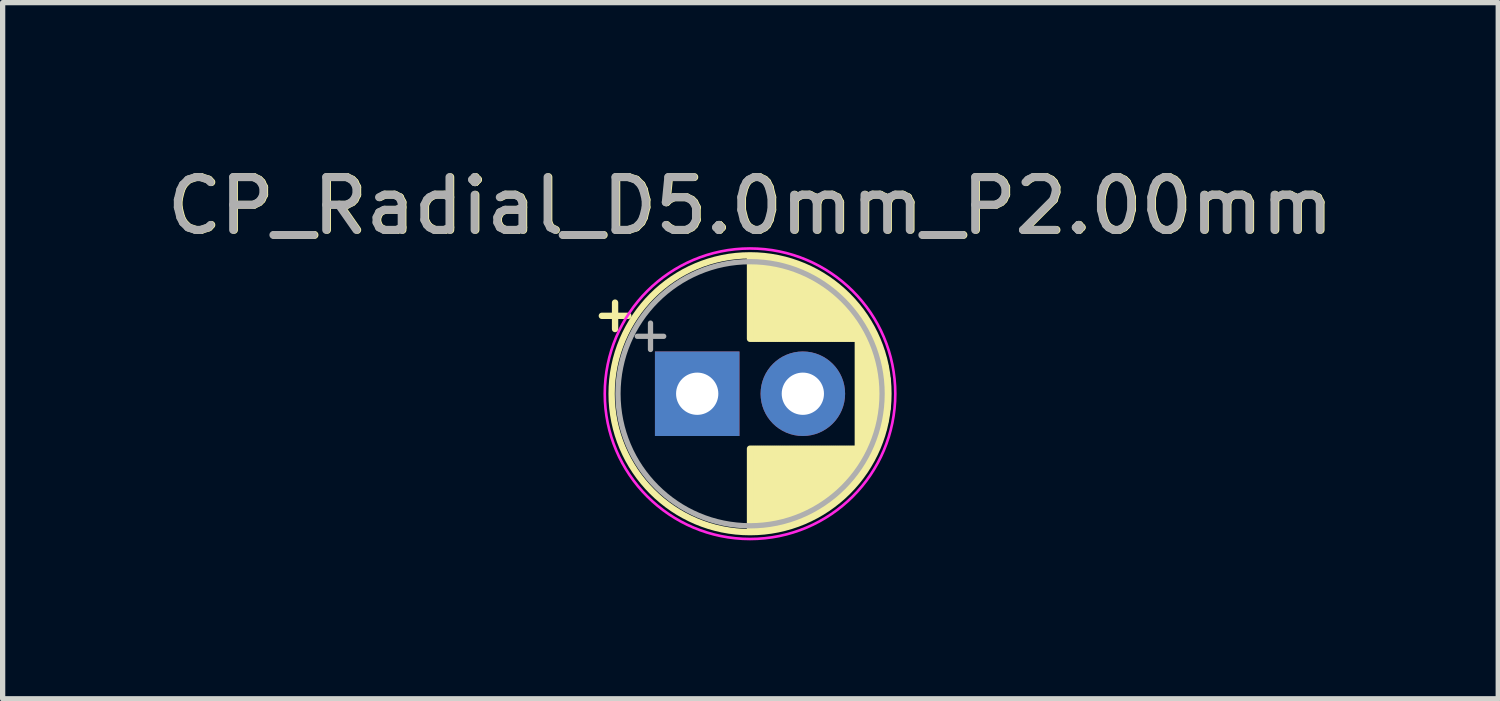
<source format=kicad_pcb>
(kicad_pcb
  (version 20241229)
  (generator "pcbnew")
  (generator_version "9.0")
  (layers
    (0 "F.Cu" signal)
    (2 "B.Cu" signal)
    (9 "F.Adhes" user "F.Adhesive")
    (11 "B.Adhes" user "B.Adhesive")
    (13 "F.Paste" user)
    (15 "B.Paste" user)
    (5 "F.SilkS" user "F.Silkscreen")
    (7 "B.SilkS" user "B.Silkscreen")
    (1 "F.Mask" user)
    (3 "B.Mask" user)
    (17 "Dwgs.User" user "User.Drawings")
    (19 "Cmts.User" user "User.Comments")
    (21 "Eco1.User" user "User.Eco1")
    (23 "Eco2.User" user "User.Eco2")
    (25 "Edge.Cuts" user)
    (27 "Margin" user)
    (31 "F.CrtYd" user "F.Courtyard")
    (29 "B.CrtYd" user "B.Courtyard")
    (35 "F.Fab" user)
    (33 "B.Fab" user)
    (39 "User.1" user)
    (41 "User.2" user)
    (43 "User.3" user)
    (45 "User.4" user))
  (footprint "CP_Radial_D5.0mm_P2.00mm"
    (layer "F.Cu")
    (at 10.149 4.404)
    (property "Reference" "CP_Radial_D5.0mm_P2.00mm" (at 1.016 -3.556 0) (layer "F.SilkS") (effects (font (size 1 1) (thickness 0.15))))
    (attr through_hole)
    (fp_line (start -1.805 -1.475) (end -1.305 -1.475) (stroke (width 0.12) (type solid)) (layer "F.SilkS"))
    (fp_line (start -1.555 -1.725) (end -1.555 -1.225) (stroke (width 0.12) (type solid)) (layer "F.SilkS"))
    (fp_line (start 1 -2.58) (end 1 -1.04) (stroke (width 0.12) (type solid)) (layer "F.SilkS"))
    (fp_line (start 1 1.04) (end 1 2.58) (stroke (width 0.12) (type solid)) (layer "F.SilkS"))
    (fp_line (start 1.04 -2.58) (end 1.04 -1.04) (stroke (width 0.12) (type solid)) (layer "F.SilkS"))
    (fp_line (start 1.04 1.04) (end 1.04 2.58) (stroke (width 0.12) (type solid)) (layer "F.SilkS"))
    (fp_line (start 1.08 -2.579) (end 1.08 -1.04) (stroke (width 0.12) (type solid)) (layer "F.SilkS"))
    (fp_line (start 1.08 1.04) (end 1.08 2.579) (stroke (width 0.12) (type solid)) (layer "F.SilkS"))
    (fp_line (start 1.12 -2.578) (end 1.12 -1.04) (stroke (width 0.12) (type solid)) (layer "F.SilkS"))
    (fp_line (start 1.12 1.04) (end 1.12 2.578) (stroke (width 0.12) (type solid)) (layer "F.SilkS"))
    (fp_line (start 1.16 -2.576) (end 1.16 -1.04) (stroke (width 0.12) (type solid)) (layer "F.SilkS"))
    (fp_line (start 1.16 1.04) (end 1.16 2.576) (stroke (width 0.12) (type solid)) (layer "F.SilkS"))
    (fp_line (start 1.2 -2.573) (end 1.2 -1.04) (stroke (width 0.12) (type solid)) (layer "F.SilkS"))
    (fp_line (start 1.2 1.04) (end 1.2 2.573) (stroke (width 0.12) (type solid)) (layer "F.SilkS"))
    (fp_line (start 1.24 -2.569) (end 1.24 -1.04) (stroke (width 0.12) (type solid)) (layer "F.SilkS"))
    (fp_line (start 1.24 1.04) (end 1.24 2.569) (stroke (width 0.12) (type solid)) (layer "F.SilkS"))
    (fp_line (start 1.28 -2.565) (end 1.28 -1.04) (stroke (width 0.12) (type solid)) (layer "F.SilkS"))
    (fp_line (start 1.28 1.04) (end 1.28 2.565) (stroke (width 0.12) (type solid)) (layer "F.SilkS"))
    (fp_line (start 1.32 -2.561) (end 1.32 -1.04) (stroke (width 0.12) (type solid)) (layer "F.SilkS"))
    (fp_line (start 1.32 1.04) (end 1.32 2.561) (stroke (width 0.12) (type solid)) (layer "F.SilkS"))
    (fp_line (start 1.36 -2.556) (end 1.36 -1.04) (stroke (width 0.12) (type solid)) (layer "F.SilkS"))
    (fp_line (start 1.36 1.04) (end 1.36 2.556) (stroke (width 0.12) (type solid)) (layer "F.SilkS"))
    (fp_line (start 1.4 -2.55) (end 1.4 -1.04) (stroke (width 0.12) (type solid)) (layer "F.SilkS"))
    (fp_line (start 1.4 1.04) (end 1.4 2.55) (stroke (width 0.12) (type solid)) (layer "F.SilkS"))
    (fp_line (start 1.44 -2.543) (end 1.44 -1.04) (stroke (width 0.12) (type solid)) (layer "F.SilkS"))
    (fp_line (start 1.44 1.04) (end 1.44 2.543) (stroke (width 0.12) (type solid)) (layer "F.SilkS"))
    (fp_line (start 1.48 -2.536) (end 1.48 -1.04) (stroke (width 0.12) (type solid)) (layer "F.SilkS"))
    (fp_line (start 1.48 1.04) (end 1.48 2.536) (stroke (width 0.12) (type solid)) (layer "F.SilkS"))
    (fp_line (start 1.52 -2.528) (end 1.52 -1.04) (stroke (width 0.12) (type solid)) (layer "F.SilkS"))
    (fp_line (start 1.52 1.04) (end 1.52 2.528) (stroke (width 0.12) (type solid)) (layer "F.SilkS"))
    (fp_line (start 1.56 -2.52) (end 1.56 -1.04) (stroke (width 0.12) (type solid)) (layer "F.SilkS"))
    (fp_line (start 1.56 1.04) (end 1.56 2.52) (stroke (width 0.12) (type solid)) (layer "F.SilkS"))
    (fp_line (start 1.6 -2.511) (end 1.6 -1.04) (stroke (width 0.12) (type solid)) (layer "F.SilkS"))
    (fp_line (start 1.6 1.04) (end 1.6 2.511) (stroke (width 0.12) (type solid)) (layer "F.SilkS"))
    (fp_line (start 1.64 -2.501) (end 1.64 -1.04) (stroke (width 0.12) (type solid)) (layer "F.SilkS"))
    (fp_line (start 1.64 1.04) (end 1.64 2.501) (stroke (width 0.12) (type solid)) (layer "F.SilkS"))
    (fp_line (start 1.68 -2.491) (end 1.68 -1.04) (stroke (width 0.12) (type solid)) (layer "F.SilkS"))
    (fp_line (start 1.68 1.04) (end 1.68 2.491) (stroke (width 0.12) (type solid)) (layer "F.SilkS"))
    (fp_line (start 1.721 -2.48) (end 1.721 -1.04) (stroke (width 0.12) (type solid)) (layer "F.SilkS"))
    (fp_line (start 1.721 1.04) (end 1.721 2.48) (stroke (width 0.12) (type solid)) (layer "F.SilkS"))
    (fp_line (start 1.761 -2.468) (end 1.761 -1.04) (stroke (width 0.12) (type solid)) (layer "F.SilkS"))
    (fp_line (start 1.761 1.04) (end 1.761 2.468) (stroke (width 0.12) (type solid)) (layer "F.SilkS"))
    (fp_line (start 1.801 -2.455) (end 1.801 -1.04) (stroke (width 0.12) (type solid)) (layer "F.SilkS"))
    (fp_line (start 1.801 1.04) (end 1.801 2.455) (stroke (width 0.12) (type solid)) (layer "F.SilkS"))
    (fp_line (start 1.841 -2.442) (end 1.841 -1.04) (stroke (width 0.12) (type solid)) (layer "F.SilkS"))
    (fp_line (start 1.841 1.04) (end 1.841 2.442) (stroke (width 0.12) (type solid)) (layer "F.SilkS"))
    (fp_line (start 1.881 -2.428) (end 1.881 -1.04) (stroke (width 0.12) (type solid)) (layer "F.SilkS"))
    (fp_line (start 1.881 1.04) (end 1.881 2.428) (stroke (width 0.12) (type solid)) (layer "F.SilkS"))
    (fp_line (start 1.921 -2.414) (end 1.921 -1.04) (stroke (width 0.12) (type solid)) (layer "F.SilkS"))
    (fp_line (start 1.921 1.04) (end 1.921 2.414) (stroke (width 0.12) (type solid)) (layer "F.SilkS"))
    (fp_line (start 1.961 -2.398) (end 1.961 -1.04) (stroke (width 0.12) (type solid)) (layer "F.SilkS"))
    (fp_line (start 1.961 1.04) (end 1.961 2.398) (stroke (width 0.12) (type solid)) (layer "F.SilkS"))
    (fp_line (start 2.001 -2.382) (end 2.001 -1.04) (stroke (width 0.12) (type solid)) (layer "F.SilkS"))
    (fp_line (start 2.001 1.04) (end 2.001 2.382) (stroke (width 0.12) (type solid)) (layer "F.SilkS"))
    (fp_line (start 2.041 -2.365) (end 2.041 -1.04) (stroke (width 0.12) (type solid)) (layer "F.SilkS"))
    (fp_line (start 2.041 1.04) (end 2.041 2.365) (stroke (width 0.12) (type solid)) (layer "F.SilkS"))
    (fp_line (start 2.081 -2.348) (end 2.081 -1.04) (stroke (width 0.12) (type solid)) (layer "F.SilkS"))
    (fp_line (start 2.081 1.04) (end 2.081 2.348) (stroke (width 0.12) (type solid)) (layer "F.SilkS"))
    (fp_line (start 2.121 -2.329) (end 2.121 -1.04) (stroke (width 0.12) (type solid)) (layer "F.SilkS"))
    (fp_line (start 2.121 1.04) (end 2.121 2.329) (stroke (width 0.12) (type solid)) (layer "F.SilkS"))
    (fp_line (start 2.161 -2.31) (end 2.161 -1.04) (stroke (width 0.12) (type solid)) (layer "F.SilkS"))
    (fp_line (start 2.161 1.04) (end 2.161 2.31) (stroke (width 0.12) (type solid)) (layer "F.SilkS"))
    (fp_line (start 2.201 -2.29) (end 2.201 -1.04) (stroke (width 0.12) (type solid)) (layer "F.SilkS"))
    (fp_line (start 2.201 1.04) (end 2.201 2.29) (stroke (width 0.12) (type solid)) (layer "F.SilkS"))
    (fp_line (start 2.241 -2.268) (end 2.241 -1.04) (stroke (width 0.12) (type solid)) (layer "F.SilkS"))
    (fp_line (start 2.241 1.04) (end 2.241 2.268) (stroke (width 0.12) (type solid)) (layer "F.SilkS"))
    (fp_line (start 2.281 -2.247) (end 2.281 -1.04) (stroke (width 0.12) (type solid)) (layer "F.SilkS"))
    (fp_line (start 2.281 1.04) (end 2.281 2.247) (stroke (width 0.12) (type solid)) (layer "F.SilkS"))
    (fp_line (start 2.321 -2.224) (end 2.321 -1.04) (stroke (width 0.12) (type solid)) (layer "F.SilkS"))
    (fp_line (start 2.321 1.04) (end 2.321 2.224) (stroke (width 0.12) (type solid)) (layer "F.SilkS"))
    (fp_line (start 2.361 -2.2) (end 2.361 -1.04) (stroke (width 0.12) (type solid)) (layer "F.SilkS"))
    (fp_line (start 2.361 1.04) (end 2.361 2.2) (stroke (width 0.12) (type solid)) (layer "F.SilkS"))
    (fp_line (start 2.401 -2.175) (end 2.401 -1.04) (stroke (width 0.12) (type solid)) (layer "F.SilkS"))
    (fp_line (start 2.401 1.04) (end 2.401 2.175) (stroke (width 0.12) (type solid)) (layer "F.SilkS"))
    (fp_line (start 2.441 -2.149) (end 2.441 -1.04) (stroke (width 0.12) (type solid)) (layer "F.SilkS"))
    (fp_line (start 2.441 1.04) (end 2.441 2.149) (stroke (width 0.12) (type solid)) (layer "F.SilkS"))
    (fp_line (start 2.481 -2.122) (end 2.481 -1.04) (stroke (width 0.12) (type solid)) (layer "F.SilkS"))
    (fp_line (start 2.481 1.04) (end 2.481 2.122) (stroke (width 0.12) (type solid)) (layer "F.SilkS"))
    (fp_line (start 2.521 -2.095) (end 2.521 -1.04) (stroke (width 0.12) (type solid)) (layer "F.SilkS"))
    (fp_line (start 2.521 1.04) (end 2.521 2.095) (stroke (width 0.12) (type solid)) (layer "F.SilkS"))
    (fp_line (start 2.561 -2.065) (end 2.561 -1.04) (stroke (width 0.12) (type solid)) (layer "F.SilkS"))
    (fp_line (start 2.561 1.04) (end 2.561 2.065) (stroke (width 0.12) (type solid)) (layer "F.SilkS"))
    (fp_line (start 2.601 -2.035) (end 2.601 -1.04) (stroke (width 0.12) (type solid)) (layer "F.SilkS"))
    (fp_line (start 2.601 1.04) (end 2.601 2.035) (stroke (width 0.12) (type solid)) (layer "F.SilkS"))
    (fp_line (start 2.641 -2.004) (end 2.641 -1.04) (stroke (width 0.12) (type solid)) (layer "F.SilkS"))
    (fp_line (start 2.641 1.04) (end 2.641 2.004) (stroke (width 0.12) (type solid)) (layer "F.SilkS"))
    (fp_line (start 2.681 -1.971) (end 2.681 -1.04) (stroke (width 0.12) (type solid)) (layer "F.SilkS"))
    (fp_line (start 2.681 1.04) (end 2.681 1.971) (stroke (width 0.12) (type solid)) (layer "F.SilkS"))
    (fp_line (start 2.721 -1.937) (end 2.721 -1.04) (stroke (width 0.12) (type solid)) (layer "F.SilkS"))
    (fp_line (start 2.721 1.04) (end 2.721 1.937) (stroke (width 0.12) (type solid)) (layer "F.SilkS"))
    (fp_line (start 2.761 -1.901) (end 2.761 -1.04) (stroke (width 0.12) (type solid)) (layer "F.SilkS"))
    (fp_line (start 2.761 1.04) (end 2.761 1.901) (stroke (width 0.12) (type solid)) (layer "F.SilkS"))
    (fp_line (start 2.801 -1.864) (end 2.801 -1.04) (stroke (width 0.12) (type solid)) (layer "F.SilkS"))
    (fp_line (start 2.801 1.04) (end 2.801 1.864) (stroke (width 0.12) (type solid)) (layer "F.SilkS"))
    (fp_line (start 2.841 -1.826) (end 2.841 -1.04) (stroke (width 0.12) (type solid)) (layer "F.SilkS"))
    (fp_line (start 2.841 1.04) (end 2.841 1.826) (stroke (width 0.12) (type solid)) (layer "F.SilkS"))
    (fp_line (start 2.881 -1.785) (end 2.881 -1.04) (stroke (width 0.12) (type solid)) (layer "F.SilkS"))
    (fp_line (start 2.881 1.04) (end 2.881 1.785) (stroke (width 0.12) (type solid)) (layer "F.SilkS"))
    (fp_line (start 2.921 -1.743) (end 2.921 -1.04) (stroke (width 0.12) (type solid)) (layer "F.SilkS"))
    (fp_line (start 2.921 1.04) (end 2.921 1.743) (stroke (width 0.12) (type solid)) (layer "F.SilkS"))
    (fp_line (start 2.961 -1.699) (end 2.961 -1.04) (stroke (width 0.12) (type solid)) (layer "F.SilkS"))
    (fp_line (start 2.961 1.04) (end 2.961 1.699) (stroke (width 0.12) (type solid)) (layer "F.SilkS"))
    (fp_line (start 3.001 -1.653) (end 3.001 -1.04) (stroke (width 0.12) (type solid)) (layer "F.SilkS"))
    (fp_line (start 3.001 1.04) (end 3.001 1.653) (stroke (width 0.12) (type solid)) (layer "F.SilkS"))
    (fp_line (start 3.041 -1.605) (end 3.041 1.605) (stroke (width 0.12) (type solid)) (layer "F.SilkS"))
    (fp_line (start 3.081 -1.554) (end 3.081 1.554) (stroke (width 0.12) (type solid)) (layer "F.SilkS"))
    (fp_line (start 3.121 -1.5) (end 3.121 1.5) (stroke (width 0.12) (type solid)) (layer "F.SilkS"))
    (fp_line (start 3.161 -1.443) (end 3.161 1.443) (stroke (width 0.12) (type solid)) (layer "F.SilkS"))
    (fp_line (start 3.201 -1.383) (end 3.201 1.383) (stroke (width 0.12) (type solid)) (layer "F.SilkS"))
    (fp_line (start 3.241 -1.319) (end 3.241 1.319) (stroke (width 0.12) (type solid)) (layer "F.SilkS"))
    (fp_line (start 3.281 -1.251) (end 3.281 1.251) (stroke (width 0.12) (type solid)) (layer "F.SilkS"))
    (fp_line (start 3.321 -1.178) (end 3.321 1.178) (stroke (width 0.12) (type solid)) (layer "F.SilkS"))
    (fp_line (start 3.361 -1.098) (end 3.361 1.098) (stroke (width 0.12) (type solid)) (layer "F.SilkS"))
    (fp_line (start 3.401 -1.011) (end 3.401 1.011) (stroke (width 0.12) (type solid)) (layer "F.SilkS"))
    (fp_line (start 3.441 -0.915) (end 3.441 0.915) (stroke (width 0.12) (type solid)) (layer "F.SilkS"))
    (fp_line (start 3.481 -0.805) (end 3.481 0.805) (stroke (width 0.12) (type solid)) (layer "F.SilkS"))
    (fp_line (start 3.521 -0.677) (end 3.521 0.677) (stroke (width 0.12) (type solid)) (layer "F.SilkS"))
    (fp_line (start 3.561 -0.518) (end 3.561 0.518) (stroke (width 0.12) (type solid)) (layer "F.SilkS"))
    (fp_line (start 3.601 -0.284) (end 3.601 0.284) (stroke (width 0.12) (type solid)) (layer "F.SilkS"))
    (fp_circle (center 1 0) (end 3.62 0) (stroke (width 0.12) (type solid)) (fill no) (layer "F.SilkS"))
    (fp_circle (center 1 0) (end 3.75 0) (stroke (width 0.05) (type solid)) (fill no) (layer "F.CrtYd"))
    (fp_line (start -1.134 -1.087) (end -0.634 -1.087) (stroke (width 0.1) (type solid)) (layer "F.Fab"))
    (fp_line (start -0.884 -1.337) (end -0.884 -0.838) (stroke (width 0.1) (type solid)) (layer "F.Fab"))
    (fp_circle (center 1 0) (end 3.5 0) (stroke (width 0.1) (type solid)) (fill no) (layer "F.Fab"))
    (fp_text user "${REFERENCE}" (at 1 -3.556 0) (layer "F.Fab") (effects (font (size 1 1) (thickness 0.15))))
    (pad "1" thru_hole rect (at 0 0) (size 1.6 1.6) (drill 0.8) (layers "*.Cu" "*.Mask"))
    (pad "2" thru_hole circle (at 2 0) (size 1.6 1.6) (drill 0.8) (layers "*.Cu" "*.Mask")))
  (gr_rect
    (start -3 -3)
    (end 25.314 10.179)
    (stroke (width 0.1) (type default))
    (fill no)
    (layer "Edge.Cuts")))
</source>
